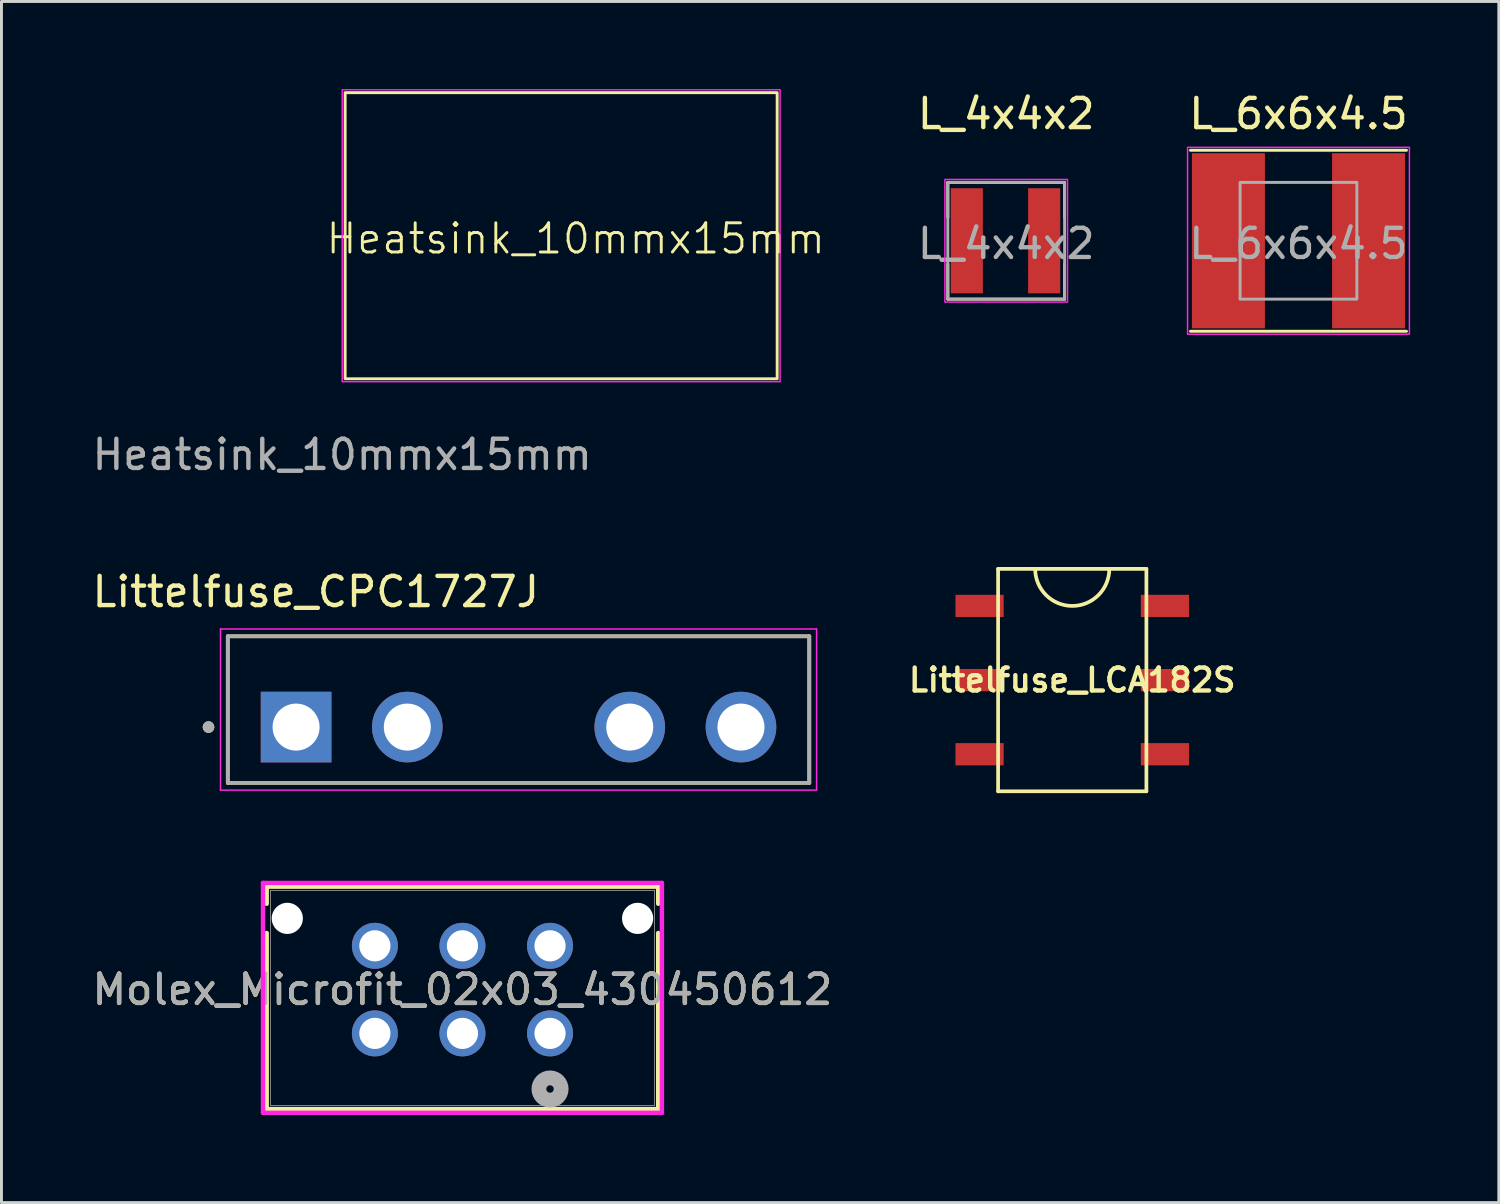
<source format=kicad_pcb>
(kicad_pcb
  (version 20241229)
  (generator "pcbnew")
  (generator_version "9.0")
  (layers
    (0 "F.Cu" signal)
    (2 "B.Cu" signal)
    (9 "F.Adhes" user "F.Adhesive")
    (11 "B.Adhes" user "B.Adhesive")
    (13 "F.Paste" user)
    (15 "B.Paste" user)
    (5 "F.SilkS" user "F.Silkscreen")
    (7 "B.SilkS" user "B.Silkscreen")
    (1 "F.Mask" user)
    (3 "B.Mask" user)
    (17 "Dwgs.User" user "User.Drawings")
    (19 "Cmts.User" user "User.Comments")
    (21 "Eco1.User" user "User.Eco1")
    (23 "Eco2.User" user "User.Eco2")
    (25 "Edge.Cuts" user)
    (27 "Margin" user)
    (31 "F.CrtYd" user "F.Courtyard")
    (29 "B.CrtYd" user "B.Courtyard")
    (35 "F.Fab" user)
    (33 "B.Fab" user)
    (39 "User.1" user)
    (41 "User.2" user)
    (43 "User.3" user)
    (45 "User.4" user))
  (footprint "L_4x4x2"
    (layer "F.Cu")
    (at 31.419 5.298)
    (property "Reference" "L_4x4x2" (at 0 -4.45 0) (layer "F.SilkS") (effects (font (size 1 1) (thickness 0.15))))
    (attr smd)
    (fp_line (start -2 -2.1) (end -2 -0.9) (stroke (width 0.1) (type default)) (layer "F.SilkS"))
    (fp_line (start -2 -2.1) (end 2 -2.1) (stroke (width 0.1) (type default)) (layer "F.SilkS"))
    (fp_line (start -2 1.9) (end -2 0.7) (stroke (width 0.1) (type default)) (layer "F.SilkS"))
    (fp_line (start -2 1.9) (end 2 1.9) (stroke (width 0.1) (type default)) (layer "F.SilkS"))
    (fp_line (start 2 -2.1) (end 2 -0.9) (stroke (width 0.1) (type default)) (layer "F.SilkS"))
    (fp_line (start 2 1.9) (end 2 0.7) (stroke (width 0.1) (type default)) (layer "F.SilkS"))
    (fp_rect (start -2.1 -2.2) (end 2.1 2) (stroke (width 0.05) (type default)) (fill no) (layer "F.CrtYd"))
    (fp_rect (start -2 -2.1) (end 2 1.9) (stroke (width 0.1) (type default)) (fill no) (layer "F.Fab"))
    (fp_text user "${REFERENCE}" (at 0 0 0) (layer "F.Fab") (effects (font (size 1 1) (thickness 0.15))))
    (pad "1" smd rect (at -1.35 -0.1) (size 1.1 3.6) (layers "F.Cu" "F.Mask" "F.Paste"))
    (pad "2" smd rect (at 1.3 -0.1) (size 1.1 3.6) (layers "F.Cu" "F.Mask" "F.Paste")))
  (footprint "Heatsink_10mmx15mm"
    (layer "F.Cu")
    (at 8.673 10.025)
    (property "Reference" "Heatsink_10mmx15mm" (at 8 -4.9 0) (unlocked yes) (layer "F.SilkS") (effects (font (size 1 1) (thickness 0.1))))
    (attr smd)
    (fp_rect (start 0.1 -9.9) (end 14.9 -0.1) (stroke (width 0.1) (type default)) (fill no) (layer "F.SilkS"))
    (fp_rect (start 0 -10) (end 15 0) (stroke (width 0.05) (type default)) (fill no) (layer "F.CrtYd"))
    (fp_text user "${REFERENCE}" (at 0 2.5 0) (unlocked yes) (layer "F.Fab") (effects (font (size 1 1) (thickness 0.15)))))
  (footprint "Littelfuse_CPC1727J"
    (layer "F.Cu")
    (at 7.093 21.857)
    (property "Reference" "Littelfuse_CPC1727J" (at 0.675 -4.635 0) (layer "F.SilkS") (effects (font (size 1 1) (thickness 0.15))))
    (attr through_hole)
    (fp_line (start -2.34 -3.11) (end 17.58 -3.11) (stroke (width 0.127) (type solid)) (layer "F.SilkS"))
    (fp_line (start -2.34 1.91) (end -2.34 -3.11) (stroke (width 0.127) (type solid)) (layer "F.SilkS"))
    (fp_line (start 17.58 -3.11) (end 17.58 1.91) (stroke (width 0.127) (type solid)) (layer "F.SilkS"))
    (fp_line (start 17.58 1.91) (end -2.34 1.91) (stroke (width 0.127) (type solid)) (layer "F.SilkS"))
    (fp_circle (center -3 0) (end -2.9 0) (stroke (width 0.2) (type solid)) (fill no) (layer "F.SilkS"))
    (fp_line (start -2.59 -3.36) (end 17.83 -3.36) (stroke (width 0.05) (type solid)) (layer "F.CrtYd"))
    (fp_line (start -2.59 2.16) (end -2.59 -3.36) (stroke (width 0.05) (type solid)) (layer "F.CrtYd"))
    (fp_line (start 17.83 -3.36) (end 17.83 2.16) (stroke (width 0.05) (type solid)) (layer "F.CrtYd"))
    (fp_line (start 17.83 2.16) (end -2.59 2.16) (stroke (width 0.05) (type solid)) (layer "F.CrtYd"))
    (fp_line (start -2.34 -3.11) (end 17.58 -3.11) (stroke (width 0.127) (type solid)) (layer "F.Fab"))
    (fp_line (start -2.34 1.91) (end -2.34 -3.11) (stroke (width 0.127) (type solid)) (layer "F.Fab"))
    (fp_line (start 17.58 -3.11) (end 17.58 1.91) (stroke (width 0.127) (type solid)) (layer "F.Fab"))
    (fp_line (start 17.58 1.91) (end -2.34 1.91) (stroke (width 0.127) (type solid)) (layer "F.Fab"))
    (fp_circle (center -3 0) (end -2.9 0) (stroke (width 0.2) (type solid)) (fill no) (layer "F.Fab"))
    (pad "1" thru_hole rect (at 0 0) (size 2.42 2.42) (drill 1.61) (layers "*.Cu" "*.Mask"))
    (pad "2" thru_hole circle (at 3.81 0) (size 2.42 2.42) (drill 1.61) (layers "*.Cu" "*.Mask"))
    (pad "3" thru_hole circle (at 11.43 0) (size 2.42 2.42) (drill 1.61) (layers "*.Cu" "*.Mask"))
    (pad "4" thru_hole circle (at 15.24 0) (size 2.42 2.42) (drill 1.61) (layers "*.Cu" "*.Mask")))
  (footprint "Molex_Microfit_02x03_430450612"
    (layer "F.Cu")
    (at 15.792 32.35)
    (property "Reference" "Molex_Microfit_02x03_430450612" (at -3 -1.5 0) (unlocked yes) (layer "F.SilkS") (effects (font (size 1 1) (thickness 0.15))))
    (attr through_hole)
    (fp_line (start -9.706 -5.027) (end -9.706 -4.442) (stroke (width 0.152) (type solid)) (layer "F.SilkS"))
    (fp_line (start -9.706 -3.438) (end -9.706 2.593) (stroke (width 0.152) (type solid)) (layer "F.SilkS"))
    (fp_line (start -9.706 2.593) (end 3.706 2.593) (stroke (width 0.152) (type solid)) (layer "F.SilkS"))
    (fp_line (start 3.706 -5.027) (end -9.706 -5.027) (stroke (width 0.152) (type solid)) (layer "F.SilkS"))
    (fp_line (start 3.706 -4.442) (end 3.706 -5.027) (stroke (width 0.152) (type solid)) (layer "F.SilkS"))
    (fp_line (start 3.706 2.593) (end 3.706 -3.438) (stroke (width 0.152) (type solid)) (layer "F.SilkS"))
    (fp_line (start -9.833 -5.154) (end -9.833 2.72) (stroke (width 0.152) (type solid)) (layer "F.CrtYd"))
    (fp_line (start -9.833 2.72) (end 3.833 2.72) (stroke (width 0.152) (type solid)) (layer "F.CrtYd"))
    (fp_line (start 3.833 -5.154) (end -9.833 -5.154) (stroke (width 0.152) (type solid)) (layer "F.CrtYd"))
    (fp_line (start 3.833 2.72) (end 3.833 -5.154) (stroke (width 0.152) (type solid)) (layer "F.CrtYd"))
    (fp_line (start -9.579 -4.9) (end -9.579 2.466) (stroke (width 0.025) (type solid)) (layer "F.Fab"))
    (fp_line (start -9.579 2.466) (end 3.579 2.466) (stroke (width 0.025) (type solid)) (layer "F.Fab"))
    (fp_line (start 3.579 -4.9) (end -9.579 -4.9) (stroke (width 0.025) (type solid)) (layer "F.Fab"))
    (fp_line (start 3.579 2.466) (end 3.579 -4.9) (stroke (width 0.025) (type solid)) (layer "F.Fab"))
    (fp_circle (center 0 1.905) (end 0.381 1.905) (stroke (width 0.508) (type solid)) (fill no) (layer "F.Fab"))
    (fp_text user "${REFERENCE}" (at -3 -1.5 0) (unlocked yes) (layer "F.Fab") (effects (font (size 1 1) (thickness 0.15))))
    (pad "" np_thru_hole circle (at -9 -3.94) (size 1.067 1.067) (drill 1.067) (layers "*.Cu" "*.Mask"))
    (pad "" np_thru_hole circle (at 3 -3.94) (size 1.067 1.067) (drill 1.067) (layers "*.Cu" "*.Mask"))
    (pad "1" thru_hole circle (at 0 0) (size 1.575 1.575) (drill 1.067) (layers "*.Cu" "*.Mask"))
    (pad "2" thru_hole circle (at -3 0) (size 1.575 1.575) (drill 1.067) (layers "*.Cu" "*.Mask"))
    (pad "3" thru_hole circle (at -6 0) (size 1.575 1.575) (drill 1.067) (layers "*.Cu" "*.Mask"))
    (pad "4" thru_hole circle (at 0 -3) (size 1.575 1.575) (drill 1.067) (layers "*.Cu" "*.Mask"))
    (pad "5" thru_hole circle (at -3 -3) (size 1.575 1.575) (drill 1.067) (layers "*.Cu" "*.Mask"))
    (pad "6" thru_hole circle (at -6 -3) (size 1.575 1.575) (drill 1.067) (layers "*.Cu" "*.Mask")))
  (footprint "Littelfuse_LCA182S"
    (layer "F.Cu")
    (at 33.681 20.247)
    (property "Reference" "Littelfuse_LCA182S" (at 0 0 0) (layer "F.SilkS") (effects (font (size 0.787 0.787) (thickness 0.15))))
    (attr smd)
    (fp_line (start -2.54 -3.81) (end -2.54 3.81) (stroke (width 0.127) (type solid)) (layer "F.SilkS"))
    (fp_line (start -2.54 3.81) (end 2.54 3.81) (stroke (width 0.127) (type solid)) (layer "F.SilkS"))
    (fp_line (start -1.27 -3.81) (end -2.54 -3.81) (stroke (width 0.127) (type solid)) (layer "F.SilkS"))
    (fp_line (start 1.27 -3.81) (end -1.27 -3.81) (stroke (width 0.127) (type solid)) (layer "F.SilkS"))
    (fp_line (start 2.54 -3.81) (end 1.27 -3.81) (stroke (width 0.127) (type solid)) (layer "F.SilkS"))
    (fp_line (start 2.54 3.81) (end 2.54 -3.81) (stroke (width 0.127) (type solid)) (layer "F.SilkS"))
    (fp_arc (start 1.27 -3.81) (mid 0 -2.54) (end -1.27 -3.81) (stroke (width 0.127) (type solid)) (layer "F.SilkS"))
    (pad "P$1" smd rect (at -3.175 -2.54) (size 1.651 0.762) (layers "F.Cu" "F.Mask" "F.Paste"))
    (pad "P$2" smd rect (at -3.175 0) (size 1.651 0.762) (layers "F.Cu" "F.Mask" "F.Paste"))
    (pad "P$3" smd rect (at -3.175 2.54) (size 1.651 0.762) (layers "F.Cu" "F.Mask" "F.Paste"))
    (pad "P$4" smd rect (at 3.175 -2.54) (size 1.651 0.762) (layers "F.Cu" "F.Mask" "F.Paste"))
    (pad "P$5" smd rect (at 3.175 0) (size 1.651 0.762) (layers "F.Cu" "F.Mask" "F.Paste"))
    (pad "P$6" smd rect (at 3.175 2.54) (size 1.651 0.762) (layers "F.Cu" "F.Mask" "F.Paste")))
  (footprint "L_6x6x4.5"
    (layer "F.Cu")
    (at 41.431 5.298)
    (property "Reference" "L_6x6x4.5" (at 0 -4.45 0) (layer "F.SilkS") (effects (font (size 1 1) (thickness 0.15))))
    (attr smd)
    (fp_line (start -3.7 -3.2) (end 3.7 -3.2) (stroke (width 0.1) (type default)) (layer "F.SilkS"))
    (fp_line (start -3.7 3) (end 3.7 3) (stroke (width 0.1) (type default)) (layer "F.SilkS"))
    (fp_rect (start -3.8 -3.3) (end 3.8 3.1) (stroke (width 0.05) (type default)) (fill no) (layer "F.CrtYd"))
    (fp_rect (start -2 -2.1) (end 2 1.9) (stroke (width 0.1) (type default)) (fill no) (layer "F.Fab"))
    (fp_text user "${REFERENCE}" (at 0 0 0) (layer "F.Fab") (effects (font (size 1 1) (thickness 0.15))))
    (pad "1" smd rect (at -2.4 -0.1) (size 2.5 6) (layers "F.Cu" "F.Mask" "F.Paste"))
    (pad "2" smd rect (at 2.4 -0.1) (size 2.5 6) (layers "F.Cu" "F.Mask" "F.Paste")))
  (gr_rect
    (start -3 -3)
    (end 48.294 38.147)
    (stroke (width 0.1) (type default))
    (fill no)
    (layer "Edge.Cuts")))
</source>
